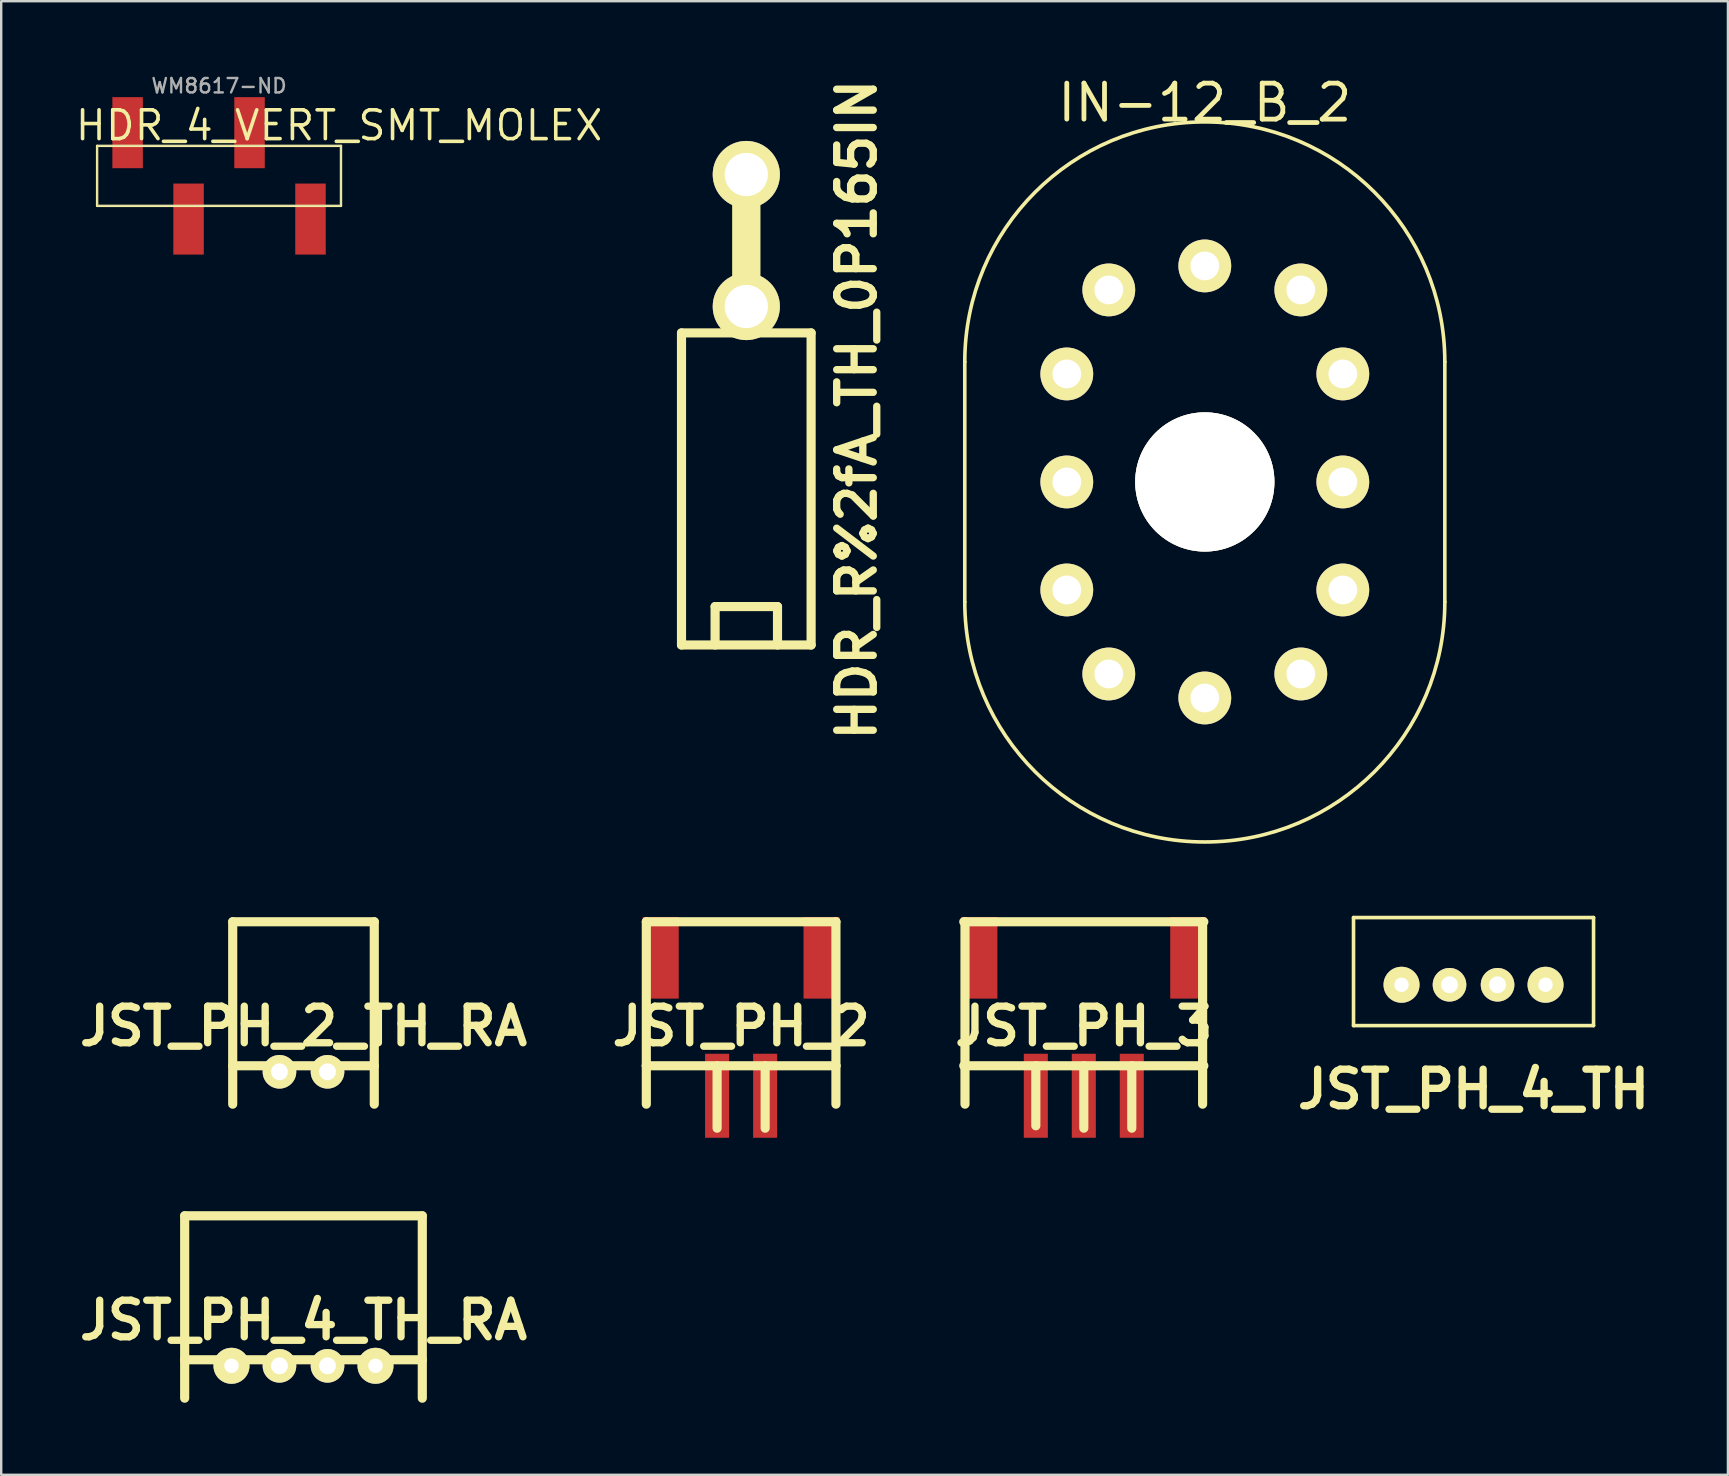
<source format=kicad_pcb>
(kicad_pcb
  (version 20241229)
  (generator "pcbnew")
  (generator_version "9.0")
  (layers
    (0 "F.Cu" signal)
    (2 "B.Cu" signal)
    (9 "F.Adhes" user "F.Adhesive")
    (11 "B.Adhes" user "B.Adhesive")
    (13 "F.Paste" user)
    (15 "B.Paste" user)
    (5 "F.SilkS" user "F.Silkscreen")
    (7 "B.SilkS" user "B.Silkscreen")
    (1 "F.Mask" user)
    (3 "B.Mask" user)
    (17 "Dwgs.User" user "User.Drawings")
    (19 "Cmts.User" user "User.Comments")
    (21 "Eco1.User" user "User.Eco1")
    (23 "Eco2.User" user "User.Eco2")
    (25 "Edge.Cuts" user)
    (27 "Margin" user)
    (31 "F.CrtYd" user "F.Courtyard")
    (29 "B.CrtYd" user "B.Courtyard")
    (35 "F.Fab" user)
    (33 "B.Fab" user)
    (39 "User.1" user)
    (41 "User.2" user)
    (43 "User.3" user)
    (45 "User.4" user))
  (footprint "HDR_4_VERT_SMT_MOLEX"
    (layer "F.Cu")
    (at 6.076 4.277)
    (property "Reference" "HDR_4_VERT_SMT_MOLEX" (at 5 -2.1 0) (layer "F.SilkS") (effects (font (size 1.2 1.2) (thickness 0.15))))
    (attr through_hole)
    (fp_line (start -5.08 -1.25) (end -5.08 1.25) (stroke (width 0.1) (type solid)) (layer "F.SilkS"))
    (fp_line (start -5.08 1.25) (end 5.08 1.25) (stroke (width 0.1) (type solid)) (layer "F.SilkS"))
    (fp_line (start 5.08 -1.25) (end -5.08 -1.25) (stroke (width 0.1) (type solid)) (layer "F.SilkS"))
    (fp_line (start 5.08 -1.25) (end 5.08 1.25) (stroke (width 0.1) (type solid)) (layer "F.SilkS"))
    (fp_line (start -5.08 1.25) (end -5.08 -1.25) (stroke (width 0.01) (type solid)) (layer "F.Fab"))
    (fp_line (start 5.08 -1.25) (end -5.08 -1.25) (stroke (width 0.01) (type solid)) (layer "F.Fab"))
    (fp_line (start 5.08 -1.25) (end 5.08 1.25) (stroke (width 0.01) (type solid)) (layer "F.Fab"))
    (fp_line (start 5.08 1.25) (end -5.08 1.25) (stroke (width 0.01) (type solid)) (layer "F.Fab"))
    (fp_text user "WM8617-ND" (at 0 -3.75 0) (layer "F.Fab") (effects (font (size 0.6 0.6) (thickness 0.1))))
    (pad "1" smd rect (at -3.81 -1.8) (size 1.27 2.96) (layers "F.Cu" "F.Mask" "F.Paste"))
    (pad "2" smd rect (at -1.27 1.8) (size 1.27 2.96) (layers "F.Cu" "F.Mask" "F.Paste"))
    (pad "3" smd rect (at 1.27 -1.8) (size 1.27 2.96) (layers "F.Cu" "F.Mask" "F.Paste"))
    (pad "4" smd rect (at 3.81 1.8) (size 1.27 2.96) (layers "F.Cu" "F.Mask" "F.Paste")))
  (footprint "HDR_R%2fA_TH_0P165IN"
    (layer "F.Cu")
    (at 28.043 4.221)
    (property "Reference" "HDR_R%2fA_TH_0P165IN" (at 4.6 9.799 90) (layer "F.SilkS") (effects (font (size 1.524 1.524) (thickness 0.305))))
    (attr through_hole)
    (fp_line (start -2.7 6.599) (end -2.7 19.601) (stroke (width 0.381) (type solid)) (layer "F.SilkS"))
    (fp_line (start -2.7 6.599) (end 2.7 6.599) (stroke (width 0.381) (type solid)) (layer "F.SilkS"))
    (fp_line (start -2.7 19.601) (end 2.7 19.601) (stroke (width 0.381) (type solid)) (layer "F.SilkS"))
    (fp_line (start -1.3 18.001) (end 1.3 18.001) (stroke (width 0.381) (type solid)) (layer "F.SilkS"))
    (fp_line (start -1.3 19.601) (end -1.3 18.001) (stroke (width 0.381) (type solid)) (layer "F.SilkS"))
    (fp_line (start -0.399 0) (end -0.399 6.599) (stroke (width 0.381) (type solid)) (layer "F.SilkS"))
    (fp_line (start -0.099 6.599) (end -0.099 0) (stroke (width 0.381) (type solid)) (layer "F.SilkS"))
    (fp_line (start 0.099 0) (end -0.099 0) (stroke (width 0.381) (type solid)) (layer "F.SilkS"))
    (fp_line (start 0.099 6.599) (end 0.099 0) (stroke (width 0.381) (type solid)) (layer "F.SilkS"))
    (fp_line (start 0.399 0) (end -0.399 0) (stroke (width 0.381) (type solid)) (layer "F.SilkS"))
    (fp_line (start 0.399 6.599) (end 0.399 0) (stroke (width 0.381) (type solid)) (layer "F.SilkS"))
    (fp_line (start 1.3 18.001) (end 1.3 19.601) (stroke (width 0.381) (type solid)) (layer "F.SilkS"))
    (fp_line (start 2.7 6.599) (end 2.7 19.601) (stroke (width 0.381) (type solid)) (layer "F.SilkS"))
    (pad "1" thru_hole circle (at 0 0) (size 2.799 2.799) (drill 1.801) (layers "*.Cu" "*.Mask" "F.SilkS"))
    (pad "2" thru_hole circle (at 0 5.499) (size 2.799 2.799) (drill 1.801) (layers "*.Cu" "*.Mask" "F.SilkS")))
  (footprint "JST_PH_2"
    (layer "F.Cu")
    (at 27.827 35.353)
    (property "Reference" "JST_PH_2" (at 0 4.351 0) (layer "F.SilkS") (effects (font (size 1.524 1.524) (thickness 0.305))))
    (attr through_hole)
    (fp_line (start -3.95 0) (end 3.95 0) (stroke (width 0.381) (type solid)) (layer "F.SilkS"))
    (fp_line (start -3.95 5.999) (end -3.95 0) (stroke (width 0.381) (type solid)) (layer "F.SilkS"))
    (fp_line (start -3.95 5.999) (end -3.95 7.6) (stroke (width 0.381) (type solid)) (layer "F.SilkS"))
    (fp_line (start -1.001 5.999) (end -1.001 8.6) (stroke (width 0.381) (type solid)) (layer "F.SilkS"))
    (fp_line (start 1.001 5.999) (end 1.001 8.6) (stroke (width 0.381) (type solid)) (layer "F.SilkS"))
    (fp_line (start 3.95 0) (end 3.95 5.999) (stroke (width 0.381) (type solid)) (layer "F.SilkS"))
    (fp_line (start 3.95 5.999) (end -3.95 5.999) (stroke (width 0.381) (type solid)) (layer "F.SilkS"))
    (fp_line (start 3.95 5.999) (end 3.95 7.6) (stroke (width 0.381) (type solid)) (layer "F.SilkS"))
    (pad "" smd rect (at -3.35 1.501) (size 1.501 3.401) (layers "F.Cu" "F.Mask" "F.Paste"))
    (pad "" smd rect (at 3.35 1.501) (size 1.501 3.401) (layers "F.Cu" "F.Mask" "F.Paste"))
    (pad "1" smd rect (at 1.001 7.249) (size 1.001 3.5) (layers "F.Cu" "F.Mask" "F.Paste"))
    (pad "2" smd rect (at -1.001 7.249) (size 1.001 3.5) (layers "F.Cu" "F.Mask" "F.Paste")))
  (footprint "JST_PH_4_TH_RA"
    (layer "F.Cu")
    (at 9.594 47.603)
    (property "Reference" "JST_PH_4_TH_RA" (at 0 4.351 0) (layer "F.SilkS") (effects (font (size 1.524 1.524) (thickness 0.305))))
    (attr through_hole)
    (fp_line (start -4.95 0) (end 4.95 0) (stroke (width 0.381) (type solid)) (layer "F.SilkS"))
    (fp_line (start -4.95 7.6) (end -4.95 0) (stroke (width 0.381) (type solid)) (layer "F.SilkS"))
    (fp_line (start 4.95 0) (end 4.95 7.6) (stroke (width 0.381) (type solid)) (layer "F.SilkS"))
    (fp_line (start 4.95 5.999) (end -4.95 5.999) (stroke (width 0.381) (type solid)) (layer "F.SilkS"))
    (pad "1" thru_hole circle (at 3 6.25) (size 1.5 1.5) (drill 0.6) (layers "*.Cu" "*.Mask" "F.SilkS"))
    (pad "2" thru_hole circle (at 1.001 6.251) (size 1.4 1.4) (drill 0.701) (layers "*.Cu" "*.Mask" "F.SilkS"))
    (pad "3" thru_hole circle (at -1.001 6.251) (size 1.4 1.4) (drill 0.701) (layers "*.Cu" "*.Mask" "F.SilkS"))
    (pad "4" thru_hole circle (at -3 6.25) (size 1.5 1.5) (drill 0.6) (layers "*.Cu" "*.Mask" "F.SilkS")))
  (footprint "JST_PH_3"
    (layer "F.Cu")
    (at 42.104 35.353)
    (property "Reference" "JST_PH_3" (at 0 4.351 0) (layer "F.SilkS") (effects (font (size 1.524 1.524) (thickness 0.305))))
    (attr through_hole)
    (fp_line (start -5.001 5.999) (end 5.001 5.999) (stroke (width 0.381) (type solid)) (layer "F.SilkS"))
    (fp_line (start -4.95 5.999) (end -4.95 0) (stroke (width 0.381) (type solid)) (layer "F.SilkS"))
    (fp_line (start -4.95 5.999) (end -4.95 7.6) (stroke (width 0.381) (type solid)) (layer "F.SilkS"))
    (fp_line (start -1.999 5.999) (end -1.999 8.499) (stroke (width 0.381) (type solid)) (layer "F.SilkS"))
    (fp_line (start 0 5.999) (end 0 8.6) (stroke (width 0.381) (type solid)) (layer "F.SilkS"))
    (fp_line (start 1.999 5.999) (end 1.999 8.6) (stroke (width 0.381) (type solid)) (layer "F.SilkS"))
    (fp_line (start 4.95 0) (end 4.95 5.999) (stroke (width 0.381) (type solid)) (layer "F.SilkS"))
    (fp_line (start 4.95 5.999) (end 4.95 7.6) (stroke (width 0.381) (type solid)) (layer "F.SilkS"))
    (fp_line (start 5.001 0) (end -5.001 0) (stroke (width 0.381) (type solid)) (layer "F.SilkS"))
    (pad "" smd rect (at -4.351 1.501) (size 1.501 3.401) (layers "F.Cu" "F.Mask" "F.Paste"))
    (pad "" smd rect (at 4.351 1.501) (size 1.501 3.401) (layers "F.Cu" "F.Mask" "F.Paste"))
    (pad "1" smd rect (at 1.999 7.249) (size 1.001 3.5) (layers "F.Cu" "F.Mask" "F.Paste"))
    (pad "2" smd rect (at 0 7.249) (size 1.001 3.5) (layers "F.Cu" "F.Mask" "F.Paste"))
    (pad "3" smd rect (at -1.999 7.249) (size 1.001 3.5) (layers "F.Cu" "F.Mask" "F.Paste")))
  (footprint "JST_PH_2_TH_RA"
    (layer "F.Cu")
    (at 9.594 35.353)
    (property "Reference" "JST_PH_2_TH_RA" (at 0 4.351 0) (layer "F.SilkS") (effects (font (size 1.524 1.524) (thickness 0.305))))
    (attr through_hole)
    (fp_line (start -2.949 0) (end 2.949 0) (stroke (width 0.381) (type solid)) (layer "F.SilkS"))
    (fp_line (start -2.949 7.6) (end -2.949 0) (stroke (width 0.381) (type solid)) (layer "F.SilkS"))
    (fp_line (start 2.949 0) (end 2.949 7.6) (stroke (width 0.381) (type solid)) (layer "F.SilkS"))
    (fp_line (start 2.949 5.999) (end -2.949 5.999) (stroke (width 0.381) (type solid)) (layer "F.SilkS"))
    (pad "1" thru_hole circle (at 1.001 6.251) (size 1.4 1.4) (drill 0.701) (layers "*.Cu" "*.Mask" "F.SilkS"))
    (pad "2" thru_hole circle (at -1.001 6.251) (size 1.4 1.4) (drill 0.701) (layers "*.Cu" "*.Mask" "F.SilkS")))
  (footprint "JST_PH_4_TH"
    (layer "F.Cu")
    (at 58.341 37.978)
    (property "Reference" "JST_PH_4_TH" (at 0 4.351 0) (layer "F.SilkS") (effects (font (size 1.524 1.524) (thickness 0.305))))
    (attr through_hole)
    (fp_line (start -5 -2.8) (end 5 -2.8) (stroke (width 0.15) (type solid)) (layer "F.SilkS"))
    (fp_line (start -5 1.7) (end -5 -2.8) (stroke (width 0.15) (type solid)) (layer "F.SilkS"))
    (fp_line (start 5 -2.8) (end 5 1.7) (stroke (width 0.15) (type solid)) (layer "F.SilkS"))
    (fp_line (start 5 1.7) (end -5 1.7) (stroke (width 0.15) (type solid)) (layer "F.SilkS"))
    (pad "1" thru_hole circle (at 3 0) (size 1.5 1.5) (drill 0.6) (layers "*.Cu" "*.Mask" "F.SilkS"))
    (pad "2" thru_hole circle (at 1.001 0) (size 1.4 1.4) (drill 0.701) (layers "*.Cu" "*.Mask" "F.SilkS"))
    (pad "3" thru_hole circle (at -1.001 0) (size 1.4 1.4) (drill 0.701) (layers "*.Cu" "*.Mask" "F.SilkS"))
    (pad "4" thru_hole circle (at -3 0) (size 1.5 1.5) (drill 0.6) (layers "*.Cu" "*.Mask" "F.SilkS")))
  (footprint "IN-12_B_2"
    (layer "F.Cu")
    (at 47.145 17.029)
    (property "Reference" "IN-12_B_2" (at 0 -15.8 0) (layer "F.SilkS") (effects (font (size 1.5 1.5) (thickness 0.2))))
    (attr through_hole)
    (fp_line (start -10 -5) (end -10 5) (stroke (width 0.15) (type solid)) (layer "F.SilkS"))
    (fp_line (start 10 5) (end 10 -5) (stroke (width 0.15) (type solid)) (layer "F.SilkS"))
    (fp_arc (start -10 -5) (mid 0 -15) (end 10 -5) (stroke (width 0.15) (type solid)) (layer "F.SilkS"))
    (fp_arc (start 10 5) (mid 0 15) (end -10 5) (stroke (width 0.15) (type solid)) (layer "F.SilkS"))
    (pad "" thru_hole circle (at 0 0) (size 5.8 5.8) (drill 5.8) (layers "*.Cu" "*.Mask" "F.SilkS"))
    (pad "0" thru_hole circle (at 5.75 4.5) (size 2.2 2.2) (drill 1.2) (layers "*.Cu" "*.Mask" "F.SilkS"))
    (pad "1" thru_hole circle (at -4 8) (size 2.2 2.2) (drill 1.2) (layers "*.Cu" "*.Mask" "F.SilkS"))
    (pad "2" thru_hole circle (at -5.75 4.5) (size 2.2 2.2) (drill 1.2) (layers "*.Cu" "*.Mask" "F.SilkS"))
    (pad "3" thru_hole circle (at -5.75 0) (size 2.2 2.2) (drill 1.2) (layers "*.Cu" "*.Mask" "F.SilkS"))
    (pad "4" thru_hole circle (at -5.75 -4.5) (size 2.2 2.2) (drill 1.2) (layers "*.Cu" "*.Mask" "F.SilkS"))
    (pad "5" thru_hole circle (at -4 -8) (size 2.2 2.2) (drill 1.2) (layers "*.Cu" "*.Mask" "F.SilkS"))
    (pad "6" thru_hole circle (at 0 -9) (size 2.2 2.2) (drill 1.2) (layers "*.Cu" "*.Mask" "F.SilkS"))
    (pad "7" thru_hole circle (at 4 -8) (size 2.2 2.2) (drill 1.2) (layers "*.Cu" "*.Mask" "F.SilkS"))
    (pad "8" thru_hole circle (at 5.75 -4.5) (size 2.2 2.2) (drill 1.2) (layers "*.Cu" "*.Mask" "F.SilkS"))
    (pad "9" thru_hole circle (at 5.75 0) (size 2.2 2.2) (drill 1.2) (layers "*.Cu" "*.Mask" "F.SilkS"))
    (pad "A" thru_hole circle (at 4 8) (size 2.2 2.2) (drill 1.2) (layers "*.Cu" "*.Mask" "F.SilkS"))
    (pad "LHDP" thru_hole circle (at 0 9) (size 2.2 2.2) (drill 1.2) (layers "*.Cu" "*.Mask" "F.SilkS")))
  (gr_rect
    (start -3 -3)
    (end 68.94 58.393)
    (stroke (width 0.1) (type default))
    (fill no)
    (layer "Edge.Cuts")))
</source>
